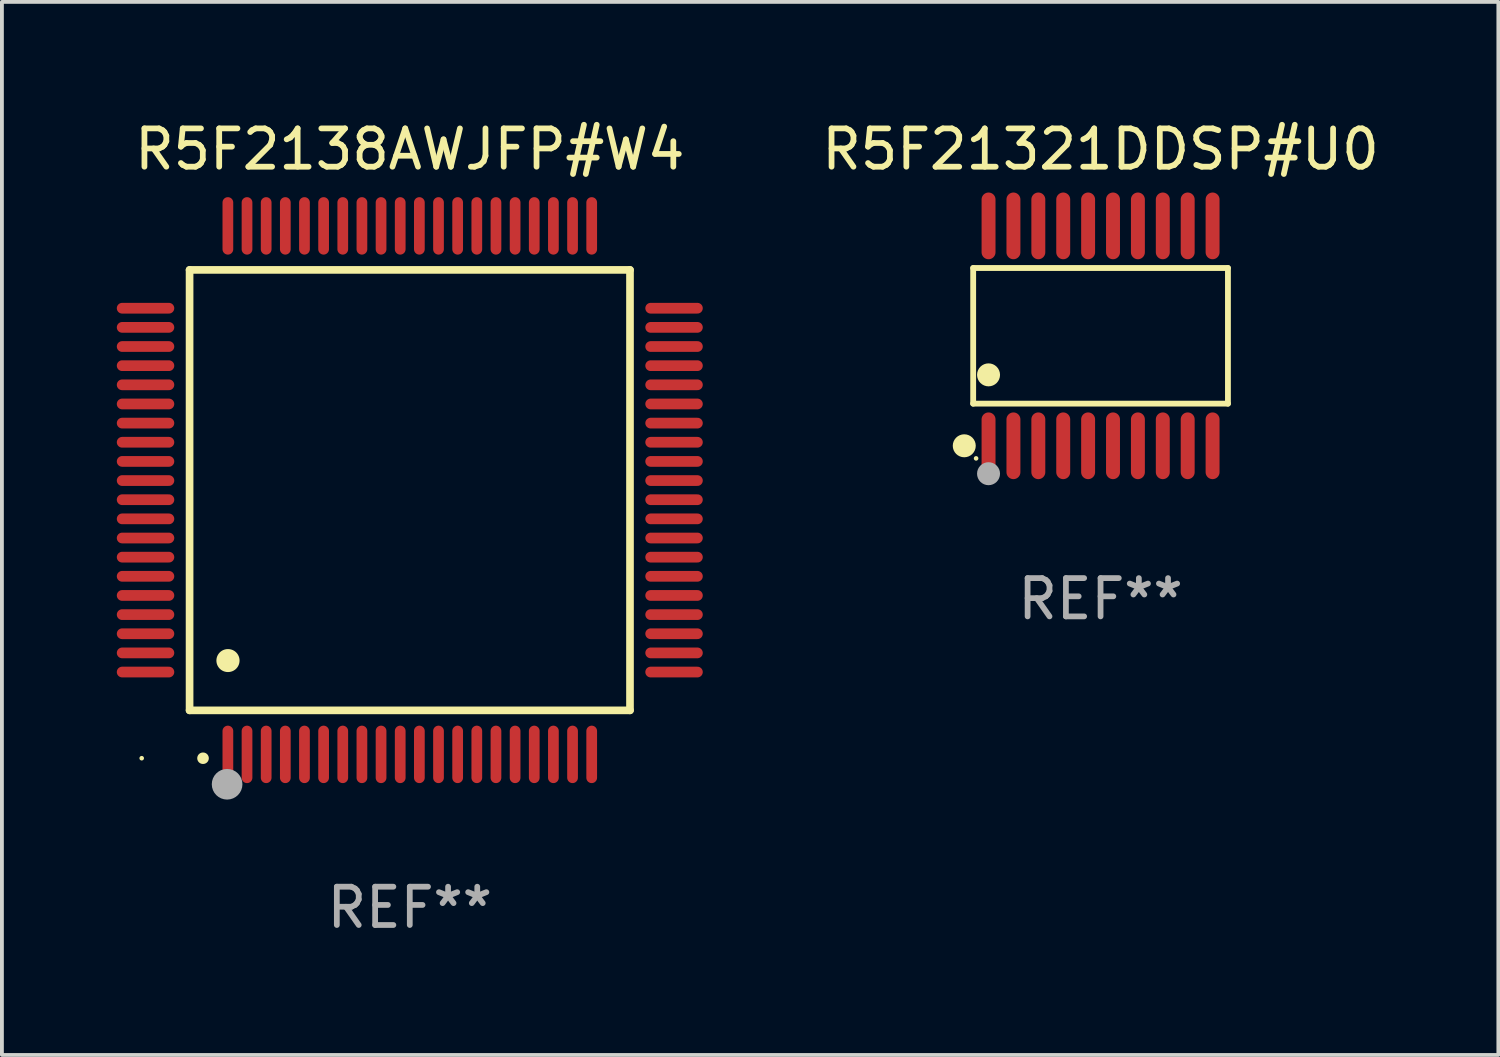
<source format=kicad_pcb>
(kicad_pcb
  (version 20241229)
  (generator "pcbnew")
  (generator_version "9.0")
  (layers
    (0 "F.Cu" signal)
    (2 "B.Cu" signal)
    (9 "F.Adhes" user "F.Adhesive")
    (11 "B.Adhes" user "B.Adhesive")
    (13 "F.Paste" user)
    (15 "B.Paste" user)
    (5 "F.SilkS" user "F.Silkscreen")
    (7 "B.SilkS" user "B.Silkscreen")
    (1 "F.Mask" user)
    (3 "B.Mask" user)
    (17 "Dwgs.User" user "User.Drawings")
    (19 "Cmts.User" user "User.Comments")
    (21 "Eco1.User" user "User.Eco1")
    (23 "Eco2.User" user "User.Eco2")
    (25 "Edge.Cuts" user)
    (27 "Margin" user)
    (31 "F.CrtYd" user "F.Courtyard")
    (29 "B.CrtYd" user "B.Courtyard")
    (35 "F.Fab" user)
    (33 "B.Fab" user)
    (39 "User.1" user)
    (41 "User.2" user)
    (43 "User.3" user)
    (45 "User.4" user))
  (footprint "R5F21321DDSP#U0"
    (layer "F.Cu")
    (at 25.687 5.719)
    (property "Reference" "R5F21321DDSP#U0" (at 0 -4.871 0) (layer "F.SilkS") (effects (font (size 1 1) (thickness 0.15))))
    (attr through_hole)
    (fp_line (start -3.326 -1.771) (end 3.326 -1.771) (stroke (width 0.152) (type solid)) (layer "F.SilkS"))
    (fp_line (start -3.326 1.771) (end -3.326 -1.771) (stroke (width 0.152) (type solid)) (layer "F.SilkS"))
    (fp_line (start 3.326 -1.771) (end 3.326 1.771) (stroke (width 0.152) (type solid)) (layer "F.SilkS"))
    (fp_line (start 3.326 1.771) (end -3.326 1.771) (stroke (width 0.152) (type solid)) (layer "F.SilkS"))
    (fp_circle (center -3.559 2.871) (end -3.409 2.871) (stroke (width 0.3) (type solid)) (fill no) (layer "F.SilkS"))
    (fp_circle (center -3.25 3.2) (end -3.22 3.2) (stroke (width 0.06) (type solid)) (fill no) (layer "F.SilkS"))
    (fp_circle (center -2.925 1.019) (end -2.775 1.019) (stroke (width 0.3) (type solid)) (fill no) (layer "F.SilkS"))
    (fp_circle (center -2.925 3.6) (end -2.775 3.6) (stroke (width 0.3) (type solid)) (fill no) (layer "F.Fab"))
    (fp_text user "REF**" (at 0 6.871 0) (layer "F.Fab") (effects (font (size 1 1) (thickness 0.15))))
    (pad "1" smd oval (at -2.925 2.871) (size 0.364 1.742) (layers "F.Cu" "F.Mask" "F.Paste"))
    (pad "2" smd oval (at -2.275 2.871) (size 0.364 1.742) (layers "F.Cu" "F.Mask" "F.Paste"))
    (pad "3" smd oval (at -1.625 2.871) (size 0.364 1.742) (layers "F.Cu" "F.Mask" "F.Paste"))
    (pad "4" smd oval (at -0.975 2.871) (size 0.364 1.742) (layers "F.Cu" "F.Mask" "F.Paste"))
    (pad "5" smd oval (at -0.325 2.871) (size 0.364 1.742) (layers "F.Cu" "F.Mask" "F.Paste"))
    (pad "6" smd oval (at 0.325 2.871) (size 0.364 1.742) (layers "F.Cu" "F.Mask" "F.Paste"))
    (pad "7" smd oval (at 0.975 2.871) (size 0.364 1.742) (layers "F.Cu" "F.Mask" "F.Paste"))
    (pad "8" smd oval (at 1.625 2.871) (size 0.364 1.742) (layers "F.Cu" "F.Mask" "F.Paste"))
    (pad "9" smd oval (at 2.275 2.871) (size 0.364 1.742) (layers "F.Cu" "F.Mask" "F.Paste"))
    (pad "10" smd oval (at 2.925 2.871) (size 0.364 1.742) (layers "F.Cu" "F.Mask" "F.Paste"))
    (pad "11" smd oval (at 2.925 -2.871) (size 0.364 1.742) (layers "F.Cu" "F.Mask" "F.Paste"))
    (pad "12" smd oval (at 2.275 -2.871) (size 0.364 1.742) (layers "F.Cu" "F.Mask" "F.Paste"))
    (pad "13" smd oval (at 1.625 -2.871) (size 0.364 1.742) (layers "F.Cu" "F.Mask" "F.Paste"))
    (pad "14" smd oval (at 0.975 -2.871) (size 0.364 1.742) (layers "F.Cu" "F.Mask" "F.Paste"))
    (pad "15" smd oval (at 0.325 -2.871) (size 0.364 1.742) (layers "F.Cu" "F.Mask" "F.Paste"))
    (pad "16" smd oval (at -0.325 -2.871) (size 0.364 1.742) (layers "F.Cu" "F.Mask" "F.Paste"))
    (pad "17" smd oval (at -0.975 -2.871) (size 0.364 1.742) (layers "F.Cu" "F.Mask" "F.Paste"))
    (pad "18" smd oval (at -1.625 -2.871) (size 0.364 1.742) (layers "F.Cu" "F.Mask" "F.Paste"))
    (pad "19" smd oval (at -2.275 -2.871) (size 0.364 1.742) (layers "F.Cu" "F.Mask" "F.Paste"))
    (pad "20" smd oval (at -2.925 -2.871) (size 0.364 1.742) (layers "F.Cu" "F.Mask" "F.Paste")))
  (footprint "R5F2138AWJFP#W4"
    (layer "F.Cu")
    (at 7.65 9.748)
    (property "Reference" "R5F2138AWJFP#W4" (at 0 -8.9 0) (layer "F.SilkS") (effects (font (size 1 1) (thickness 0.15))))
    (attr through_hole)
    (fp_line (start -5.75 -5.75) (end 5.75 -5.75) (stroke (width 0.2) (type solid)) (layer "F.SilkS"))
    (fp_line (start -5.75 5.75) (end -5.75 -5.75) (stroke (width 0.2) (type solid)) (layer "F.SilkS"))
    (fp_line (start 5.75 -5.75) (end 5.75 5.75) (stroke (width 0.2) (type solid)) (layer "F.SilkS"))
    (fp_line (start 5.75 5.75) (end -5.75 5.75) (stroke (width 0.2) (type solid)) (layer "F.SilkS"))
    (fp_arc (start -5.400051 7.000254) (mid -5.398781 7.000249) (end -5.397511 7.000254) (stroke (width 0.3) (type solid)) (layer "F.SilkS"))
    (fp_arc (start -4.749809 4.450089) (mid -4.747269 4.450078) (end -4.744729 4.450089) (stroke (width 0.6) (type solid)) (layer "F.SilkS"))
    (fp_circle (center -7 7) (end -6.97 7) (stroke (width 0.06) (type solid)) (fill no) (layer "F.SilkS"))
    (fp_circle (center -4.77 7.68) (end -4.57 7.68) (stroke (width 0.4) (type solid)) (fill no) (layer "F.Fab"))
    (fp_text user "REF**" (at 0 10.9 0) (layer "F.Fab") (effects (font (size 1 1) (thickness 0.15))))
    (pad "1" smd oval (at -4.75 6.9) (size 0.28 1.5) (layers "F.Cu" "F.Mask" "F.Paste"))
    (pad "2" smd oval (at -4.25 6.9) (size 0.28 1.5) (layers "F.Cu" "F.Mask" "F.Paste"))
    (pad "3" smd oval (at -3.75 6.9) (size 0.28 1.5) (layers "F.Cu" "F.Mask" "F.Paste"))
    (pad "4" smd oval (at -3.25 6.9) (size 0.28 1.5) (layers "F.Cu" "F.Mask" "F.Paste"))
    (pad "5" smd oval (at -2.75 6.9) (size 0.28 1.5) (layers "F.Cu" "F.Mask" "F.Paste"))
    (pad "6" smd oval (at -2.25 6.9) (size 0.28 1.5) (layers "F.Cu" "F.Mask" "F.Paste"))
    (pad "7" smd oval (at -1.75 6.9) (size 0.28 1.5) (layers "F.Cu" "F.Mask" "F.Paste"))
    (pad "8" smd oval (at -1.25 6.9) (size 0.28 1.5) (layers "F.Cu" "F.Mask" "F.Paste"))
    (pad "9" smd oval (at -0.75 6.9) (size 0.28 1.5) (layers "F.Cu" "F.Mask" "F.Paste"))
    (pad "10" smd oval (at -0.25 6.9) (size 0.28 1.5) (layers "F.Cu" "F.Mask" "F.Paste"))
    (pad "11" smd oval (at 0.25 6.9) (size 0.28 1.5) (layers "F.Cu" "F.Mask" "F.Paste"))
    (pad "12" smd oval (at 0.75 6.9) (size 0.28 1.5) (layers "F.Cu" "F.Mask" "F.Paste"))
    (pad "13" smd oval (at 1.25 6.9) (size 0.28 1.5) (layers "F.Cu" "F.Mask" "F.Paste"))
    (pad "14" smd oval (at 1.75 6.9) (size 0.28 1.5) (layers "F.Cu" "F.Mask" "F.Paste"))
    (pad "15" smd oval (at 2.25 6.9) (size 0.28 1.5) (layers "F.Cu" "F.Mask" "F.Paste"))
    (pad "16" smd oval (at 2.75 6.9) (size 0.28 1.5) (layers "F.Cu" "F.Mask" "F.Paste"))
    (pad "17" smd oval (at 3.25 6.9) (size 0.28 1.5) (layers "F.Cu" "F.Mask" "F.Paste"))
    (pad "18" smd oval (at 3.75 6.9) (size 0.28 1.5) (layers "F.Cu" "F.Mask" "F.Paste"))
    (pad "19" smd oval (at 4.25 6.9) (size 0.28 1.5) (layers "F.Cu" "F.Mask" "F.Paste"))
    (pad "20" smd oval (at 4.75 6.9) (size 0.28 1.5) (layers "F.Cu" "F.Mask" "F.Paste"))
    (pad "21" smd oval (at 6.9 4.75) (size 1.5 0.28) (layers "F.Cu" "F.Mask" "F.Paste"))
    (pad "22" smd oval (at 6.9 4.25) (size 1.5 0.28) (layers "F.Cu" "F.Mask" "F.Paste"))
    (pad "23" smd oval (at 6.9 3.75) (size 1.5 0.28) (layers "F.Cu" "F.Mask" "F.Paste"))
    (pad "24" smd oval (at 6.9 3.25) (size 1.5 0.28) (layers "F.Cu" "F.Mask" "F.Paste"))
    (pad "25" smd oval (at 6.9 2.75) (size 1.5 0.28) (layers "F.Cu" "F.Mask" "F.Paste"))
    (pad "26" smd oval (at 6.9 2.25) (size 1.5 0.28) (layers "F.Cu" "F.Mask" "F.Paste"))
    (pad "27" smd oval (at 6.9 1.75) (size 1.5 0.28) (layers "F.Cu" "F.Mask" "F.Paste"))
    (pad "28" smd oval (at 6.9 1.25) (size 1.5 0.28) (layers "F.Cu" "F.Mask" "F.Paste"))
    (pad "29" smd oval (at 6.9 0.75) (size 1.5 0.28) (layers "F.Cu" "F.Mask" "F.Paste"))
    (pad "30" smd oval (at 6.9 0.25) (size 1.5 0.28) (layers "F.Cu" "F.Mask" "F.Paste"))
    (pad "31" smd oval (at 6.9 -0.25) (size 1.5 0.28) (layers "F.Cu" "F.Mask" "F.Paste"))
    (pad "32" smd oval (at 6.9 -0.75) (size 1.5 0.28) (layers "F.Cu" "F.Mask" "F.Paste"))
    (pad "33" smd oval (at 6.9 -1.25) (size 1.5 0.28) (layers "F.Cu" "F.Mask" "F.Paste"))
    (pad "34" smd oval (at 6.9 -1.75) (size 1.5 0.28) (layers "F.Cu" "F.Mask" "F.Paste"))
    (pad "35" smd oval (at 6.9 -2.25) (size 1.5 0.28) (layers "F.Cu" "F.Mask" "F.Paste"))
    (pad "36" smd oval (at 6.9 -2.75) (size 1.5 0.28) (layers "F.Cu" "F.Mask" "F.Paste"))
    (pad "37" smd oval (at 6.9 -3.25) (size 1.5 0.28) (layers "F.Cu" "F.Mask" "F.Paste"))
    (pad "38" smd oval (at 6.9 -3.75) (size 1.5 0.28) (layers "F.Cu" "F.Mask" "F.Paste"))
    (pad "39" smd oval (at 6.9 -4.25) (size 1.5 0.28) (layers "F.Cu" "F.Mask" "F.Paste"))
    (pad "40" smd oval (at 6.9 -4.75) (size 1.5 0.28) (layers "F.Cu" "F.Mask" "F.Paste"))
    (pad "41" smd oval (at 4.75 -6.9) (size 0.28 1.5) (layers "F.Cu" "F.Mask" "F.Paste"))
    (pad "42" smd oval (at 4.25 -6.9) (size 0.28 1.5) (layers "F.Cu" "F.Mask" "F.Paste"))
    (pad "43" smd oval (at 3.75 -6.9) (size 0.28 1.5) (layers "F.Cu" "F.Mask" "F.Paste"))
    (pad "44" smd oval (at 3.25 -6.9) (size 0.28 1.5) (layers "F.Cu" "F.Mask" "F.Paste"))
    (pad "45" smd oval (at 2.75 -6.9) (size 0.28 1.5) (layers "F.Cu" "F.Mask" "F.Paste"))
    (pad "46" smd oval (at 2.25 -6.9) (size 0.28 1.5) (layers "F.Cu" "F.Mask" "F.Paste"))
    (pad "47" smd oval (at 1.75 -6.9) (size 0.28 1.5) (layers "F.Cu" "F.Mask" "F.Paste"))
    (pad "48" smd oval (at 1.25 -6.9) (size 0.28 1.5) (layers "F.Cu" "F.Mask" "F.Paste"))
    (pad "49" smd oval (at 0.75 -6.9) (size 0.28 1.5) (layers "F.Cu" "F.Mask" "F.Paste"))
    (pad "50" smd oval (at 0.25 -6.9) (size 0.28 1.5) (layers "F.Cu" "F.Mask" "F.Paste"))
    (pad "51" smd oval (at -0.25 -6.9) (size 0.28 1.5) (layers "F.Cu" "F.Mask" "F.Paste"))
    (pad "52" smd oval (at -0.75 -6.9) (size 0.28 1.5) (layers "F.Cu" "F.Mask" "F.Paste"))
    (pad "53" smd oval (at -1.25 -6.9) (size 0.28 1.5) (layers "F.Cu" "F.Mask" "F.Paste"))
    (pad "54" smd oval (at -1.75 -6.9) (size 0.28 1.5) (layers "F.Cu" "F.Mask" "F.Paste"))
    (pad "55" smd oval (at -2.25 -6.9) (size 0.28 1.5) (layers "F.Cu" "F.Mask" "F.Paste"))
    (pad "56" smd oval (at -2.75 -6.9) (size 0.28 1.5) (layers "F.Cu" "F.Mask" "F.Paste"))
    (pad "57" smd oval (at -3.25 -6.9) (size 0.28 1.5) (layers "F.Cu" "F.Mask" "F.Paste"))
    (pad "58" smd oval (at -3.75 -6.9) (size 0.28 1.5) (layers "F.Cu" "F.Mask" "F.Paste"))
    (pad "59" smd oval (at -4.25 -6.9) (size 0.28 1.5) (layers "F.Cu" "F.Mask" "F.Paste"))
    (pad "60" smd oval (at -4.75 -6.9) (size 0.28 1.5) (layers "F.Cu" "F.Mask" "F.Paste"))
    (pad "61" smd oval (at -6.9 -4.75) (size 1.5 0.28) (layers "F.Cu" "F.Mask" "F.Paste"))
    (pad "62" smd oval (at -6.9 -4.25) (size 1.5 0.28) (layers "F.Cu" "F.Mask" "F.Paste"))
    (pad "63" smd oval (at -6.9 -3.75) (size 1.5 0.28) (layers "F.Cu" "F.Mask" "F.Paste"))
    (pad "64" smd oval (at -6.9 -3.25) (size 1.5 0.28) (layers "F.Cu" "F.Mask" "F.Paste"))
    (pad "65" smd oval (at -6.9 -2.75) (size 1.5 0.28) (layers "F.Cu" "F.Mask" "F.Paste"))
    (pad "66" smd oval (at -6.9 -2.25) (size 1.5 0.28) (layers "F.Cu" "F.Mask" "F.Paste"))
    (pad "67" smd oval (at -6.9 -1.75) (size 1.5 0.28) (layers "F.Cu" "F.Mask" "F.Paste"))
    (pad "68" smd oval (at -6.9 -1.25) (size 1.5 0.28) (layers "F.Cu" "F.Mask" "F.Paste"))
    (pad "69" smd oval (at -6.9 -0.75) (size 1.5 0.28) (layers "F.Cu" "F.Mask" "F.Paste"))
    (pad "70" smd oval (at -6.9 -0.25) (size 1.5 0.28) (layers "F.Cu" "F.Mask" "F.Paste"))
    (pad "71" smd oval (at -6.9 0.25) (size 1.5 0.28) (layers "F.Cu" "F.Mask" "F.Paste"))
    (pad "72" smd oval (at -6.9 0.75) (size 1.5 0.28) (layers "F.Cu" "F.Mask" "F.Paste"))
    (pad "73" smd oval (at -6.9 1.25) (size 1.5 0.28) (layers "F.Cu" "F.Mask" "F.Paste"))
    (pad "74" smd oval (at -6.9 1.75) (size 1.5 0.28) (layers "F.Cu" "F.Mask" "F.Paste"))
    (pad "75" smd oval (at -6.9 2.25) (size 1.5 0.28) (layers "F.Cu" "F.Mask" "F.Paste"))
    (pad "76" smd oval (at -6.9 2.75) (size 1.5 0.28) (layers "F.Cu" "F.Mask" "F.Paste"))
    (pad "77" smd oval (at -6.9 3.25) (size 1.5 0.28) (layers "F.Cu" "F.Mask" "F.Paste"))
    (pad "78" smd oval (at -6.9 3.75) (size 1.5 0.28) (layers "F.Cu" "F.Mask" "F.Paste"))
    (pad "79" smd oval (at -6.9 4.25) (size 1.5 0.28) (layers "F.Cu" "F.Mask" "F.Paste"))
    (pad "80" smd oval (at -6.9 4.75) (size 1.5 0.28) (layers "F.Cu" "F.Mask" "F.Paste")))
  (gr_rect
    (start -3 -3)
    (end 36.074 24.496)
    (stroke (width 0.1) (type default))
    (fill no)
    (layer "Edge.Cuts")))
</source>
